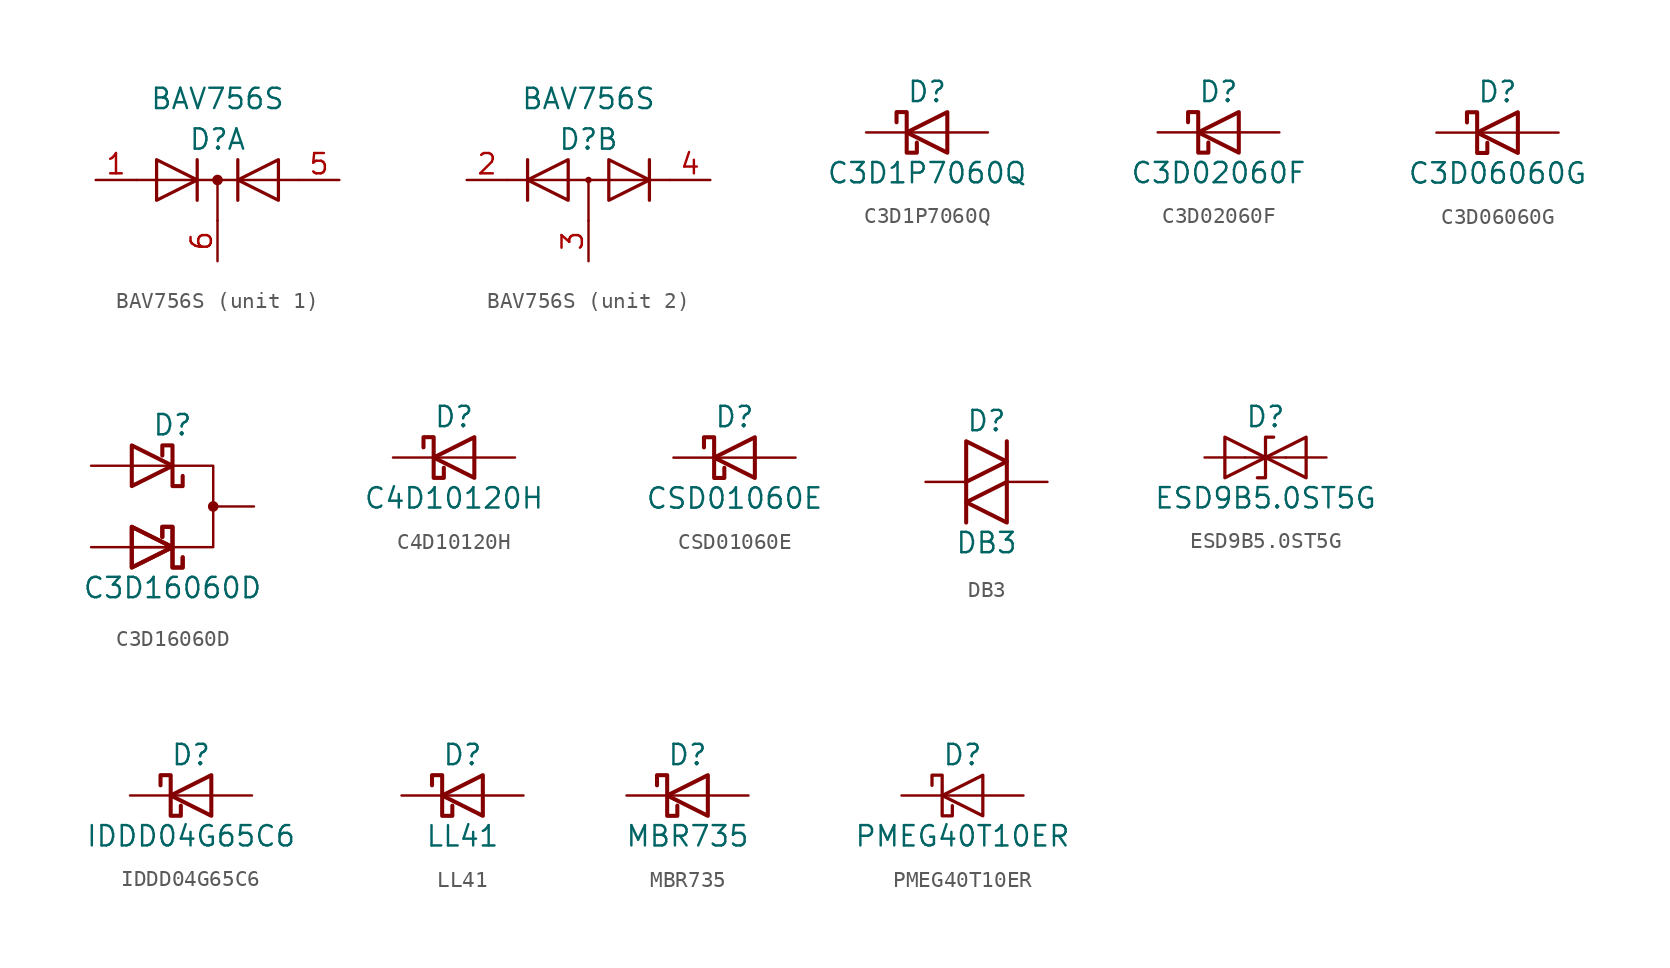
<source format=kicad_sym>
(kicad_symbol_lib
  (version 20241209)
  (generator "kicad_symbol_editor")
  (generator_version "9.0")
  (symbol "BAV756S"
    (pin_names
      (offset 0.025) hide)
    (property "Reference" "D"
      (at 0 2.54 0)
      (effects (font (size 1.27 1.27))))
    (property "Value" "BAV756S"
      (at 0 5.08 0)
      (effects (font (size 1.27 1.27))))
    (property "ki_locked" ""
      (at 0 0 0)
      (effects (font (size 1.27 1.27))))
    (symbol "BAV756S_1_1"
      (polyline (pts (xy -5.08 0) (xy 5.08 0)) (stroke (width 0) (type default)) (fill (type none)))
      (polyline (pts (xy -3.81 1.27) (xy -1.27 0) (xy -3.81 -1.27) (xy -3.81 1.27) (xy -3.81 1.27) (xy -3.81 1.27)) (stroke (width 0.203) (type default)) (fill (type none)))
      (polyline (pts (xy -1.27 -1.27) (xy -1.27 1.27) (xy -1.27 1.27)) (stroke (width 0.203) (type default)) (fill (type none)))
      (polyline (pts (xy 0 0) (xy 0 -2.54)) (stroke (width 0) (type default)) (fill (type none)))
      (circle (center 0 0) (radius 0.254) (stroke (width 0) (type default)) (fill (type outline)))
      (polyline (pts (xy 1.27 -1.27) (xy 1.27 1.27) (xy 1.27 1.27)) (stroke (width 0.203) (type default)) (fill (type none)))
      (polyline (pts (xy 3.81 -1.27) (xy 1.27 0) (xy 3.81 1.27) (xy 3.81 -1.27) (xy 3.81 -1.27) (xy 3.81 -1.27)) (stroke (width 0.203) (type default)) (fill (type none)))
      (pin passive line (at -7.62 0 0) (length 2.54) (name "A1" (effects (font (size 1.27 1.27)))) (number "1" (effects (font (size 1.27 1.27)))))
      (pin passive line (at 0 -5.08 90) (length 2.54) (name "CK" (effects (font (size 1.27 1.27)))) (number "6" (effects (font (size 1.27 1.27)))))
      (pin passive line (at 7.62 0 180) (length 2.54) (name "A4" (effects (font (size 1.27 1.27)))) (number "5" (effects (font (size 1.27 1.27))))))
    (symbol "BAV756S_2_1"
      (polyline (pts (xy -5.08 0) (xy 5.08 0)) (stroke (width 0) (type default)) (fill (type none)))
      (polyline (pts (xy -3.81 1.27) (xy -3.81 -1.27) (xy -3.81 -1.27)) (stroke (width 0.203) (type default)) (fill (type none)))
      (polyline (pts (xy -1.27 -1.27) (xy -3.81 0) (xy -1.27 1.27) (xy -1.27 -1.27) (xy -1.27 -1.27) (xy -1.27 -1.27)) (stroke (width 0.203) (type default)) (fill (type none)))
      (polyline (pts (xy 0 0) (xy 0 -2.54)) (stroke (width 0) (type default)) (fill (type none)))
      (circle (center 0 0) (radius 0.127) (stroke (width 0) (type default)) (fill (type none)))
      (polyline (pts (xy 1.27 1.27) (xy 3.81 0) (xy 1.27 -1.27) (xy 1.27 1.27) (xy 1.27 1.27) (xy 1.27 1.27)) (stroke (width 0.203) (type default)) (fill (type none)))
      (polyline (pts (xy 3.81 1.27) (xy 3.81 -1.27) (xy 3.81 -1.27)) (stroke (width 0.203) (type default)) (fill (type none)))
      (pin passive line (at -7.62 0 0) (length 2.54) (name "K2" (effects (font (size 1.27 1.27)))) (number "2" (effects (font (size 1.27 1.27)))))
      (pin passive line (at 0 -5.08 90) (length 2.54) (name "CA" (effects (font (size 1.27 1.27)))) (number "3" (effects (font (size 1.27 1.27)))))
      (pin passive line (at 7.62 0 180) (length 2.54) (name "K3" (effects (font (size 1.27 1.27)))) (number "4" (effects (font (size 1.27 1.27)))))))
  (symbol "C3D1P7060Q"
    (pin_numbers hide)
    (pin_names
      (offset 1.016) hide)
    (property "Reference" "D"
      (at 0 2.54 0)
      (effects (font (size 1.27 1.27))))
    (property "Value" "C3D1P7060Q"
      (at 0 -2.54 0)
      (effects (font (size 1.27 1.27))))
    (symbol "C3D1P7060Q_0_1"
      (polyline (pts (xy -1.905 0.635) (xy -1.905 1.27) (xy -1.27 1.27) (xy -1.27 -1.27) (xy -0.635 -1.27) (xy -0.635 -0.635)) (stroke (width 0.254) (type default)) (fill (type none)))
      (polyline (pts (xy 1.27 1.27) (xy 1.27 -1.27) (xy -1.27 0) (xy 1.27 1.27)) (stroke (width 0.254) (type default)) (fill (type none)))
      (polyline (pts (xy 1.27 0) (xy -1.27 0)) (stroke (width 0) (type default)) (fill (type none))))
    (symbol "C3D1P7060Q_1_1"
      (pin passive line (at -3.81 0 0) (length 2.54) (name "K" (effects (font (size 1.27 1.27)))) (number "1" (effects (font (size 1.27 1.27)))))
      (pin passive line (at 3.81 0 180) (length 2.54) (name "A" (effects (font (size 1.27 1.27)))) (number "2" (effects (font (size 1.27 1.27)))))))
  (symbol "C3D02060F"
    (pin_numbers hide)
    (pin_names
      (offset 1.016) hide)
    (property "Reference" "D"
      (at 0 2.54 0)
      (effects (font (size 1.27 1.27))))
    (property "Value" "C3D02060F"
      (at 0 -2.54 0)
      (effects (font (size 1.27 1.27))))
    (symbol "C3D02060F_0_1"
      (polyline (pts (xy -1.905 0.635) (xy -1.905 1.27) (xy -1.27 1.27) (xy -1.27 -1.27) (xy -0.635 -1.27) (xy -0.635 -0.635)) (stroke (width 0.254) (type default)) (fill (type none)))
      (polyline (pts (xy 1.27 1.27) (xy 1.27 -1.27) (xy -1.27 0) (xy 1.27 1.27)) (stroke (width 0.254) (type default)) (fill (type none)))
      (polyline (pts (xy 1.27 0) (xy -1.27 0)) (stroke (width 0) (type default)) (fill (type none))))
    (symbol "C3D02060F_1_1"
      (pin passive line (at -3.81 0 0) (length 2.54) (name "K" (effects (font (size 1.27 1.27)))) (number "1" (effects (font (size 1.27 1.27)))))
      (pin passive line (at 3.81 0 180) (length 2.54) (name "A" (effects (font (size 1.27 1.27)))) (number "2" (effects (font (size 1.27 1.27)))))))
  (symbol "C3D06060G"
    (pin_numbers hide)
    (pin_names
      (offset 1.016) hide)
    (property "Reference" "D"
      (at 0 2.54 0)
      (effects (font (size 1.27 1.27))))
    (property "Value" "C3D06060G"
      (at 0 -2.54 0)
      (effects (font (size 1.27 1.27))))
    (symbol "C3D06060G_0_1"
      (polyline (pts (xy -1.905 0.635) (xy -1.905 1.27) (xy -1.27 1.27) (xy -1.27 -1.27) (xy -0.635 -1.27) (xy -0.635 -0.635)) (stroke (width 0.254) (type default)) (fill (type none)))
      (polyline (pts (xy 1.27 1.27) (xy 1.27 -1.27) (xy -1.27 0) (xy 1.27 1.27)) (stroke (width 0.254) (type default)) (fill (type none)))
      (polyline (pts (xy 1.27 0) (xy -1.27 0)) (stroke (width 0) (type default)) (fill (type none))))
    (symbol "C3D06060G_1_1"
      (pin passive line (at -3.81 0 0) (length 2.54) (name "K" (effects (font (size 1.27 1.27)))) (number "1" (effects (font (size 1.27 1.27)))))
      (pin passive line (at 3.81 0 180) (length 2.54) (name "A" (effects (font (size 1.27 1.27)))) (number "2" (effects (font (size 1.27 1.27)))))))
  (symbol "C3D16060D"
    (pin_numbers hide)
    (pin_names
      (offset 1.016) hide)
    (property "Reference" "D"
      (at 0 5.08 0)
      (effects (font (size 1.27 1.27))))
    (property "Value" "C3D16060D"
      (at 0 -5.08 0)
      (effects (font (size 1.27 1.27))))
    (symbol "C3D16060D_0_1"
      (polyline (pts (xy -2.54 2.54) (xy 0 2.54)) (stroke (width 0) (type default)) (fill (type none)))
      (polyline (pts (xy -2.54 1.27) (xy -2.54 3.81) (xy 0 2.54) (xy -2.54 1.27)) (stroke (width 0.254) (type default)) (fill (type none)))
      (polyline (pts (xy -2.54 -2.54) (xy 0 -2.54)) (stroke (width 0) (type default)) (fill (type none)))
      (polyline (pts (xy -2.54 -2.54) (xy 0 -2.54)) (stroke (width 0) (type default)) (fill (type none)))
      (polyline (pts (xy -2.54 -3.81) (xy -2.54 -1.27) (xy 0 -2.54) (xy -2.54 -3.81)) (stroke (width 0.254) (type default)) (fill (type none)))
      (polyline (pts (xy -2.54 -3.81) (xy -2.54 -1.27) (xy 0 -2.54) (xy -2.54 -3.81)) (stroke (width 0.254) (type default)) (fill (type none)))
      (polyline (pts (xy 0 2.54) (xy 2.54 2.54) (xy 2.54 -2.54) (xy 0 -2.54)) (stroke (width 0) (type default)) (fill (type none)))
      (polyline (pts (xy 0.635 1.905) (xy 0.635 1.27) (xy 0 1.27) (xy 0 3.81) (xy -0.635 3.81) (xy -0.635 3.175)) (stroke (width 0.254) (type default)) (fill (type none)))
      (polyline (pts (xy 0.635 -3.175) (xy 0.635 -3.81) (xy 0 -3.81) (xy 0 -1.27) (xy -0.635 -1.27) (xy -0.635 -1.905)) (stroke (width 0.254) (type default)) (fill (type none)))
      (polyline (pts (xy 0.635 -3.175) (xy 0.635 -3.81) (xy 0 -3.81) (xy 0 -1.27) (xy -0.635 -1.27) (xy -0.635 -1.905)) (stroke (width 0.254) (type default)) (fill (type none)))
      (circle (center 2.54 0) (radius 0.254) (stroke (width 0) (type default)) (fill (type outline))))
    (symbol "C3D16060D_1_1"
      (pin passive line (at -5.08 2.54 0) (length 2.54) (name "A1" (effects (font (size 1.27 1.27)))) (number "1" (effects (font (size 1.27 1.27)))))
      (pin passive line (at -5.08 -2.54 0) (length 2.54) (name "A2" (effects (font (size 1.27 1.27)))) (number "3" (effects (font (size 1.27 1.27)))))
      (pin passive line (at 5.08 0 180) (length 2.54) (name "K" (effects (font (size 1.27 1.27)))) (number "2" (effects (font (size 1.27 1.27)))))))
  (symbol "C4D10120H"
    (pin_numbers hide)
    (pin_names
      (offset 1.016) hide)
    (property "Reference" "D"
      (at 0 2.54 0)
      (effects (font (size 1.27 1.27))))
    (property "Value" "C4D10120H"
      (at 0 -2.54 0)
      (effects (font (size 1.27 1.27))))
    (symbol "C4D10120H_0_1"
      (polyline (pts (xy -1.905 0.635) (xy -1.905 1.27) (xy -1.27 1.27) (xy -1.27 -1.27) (xy -0.635 -1.27) (xy -0.635 -0.635)) (stroke (width 0.254) (type default)) (fill (type none)))
      (polyline (pts (xy 1.27 1.27) (xy 1.27 -1.27) (xy -1.27 0) (xy 1.27 1.27)) (stroke (width 0.254) (type default)) (fill (type none)))
      (polyline (pts (xy 1.27 0) (xy -1.27 0)) (stroke (width 0) (type default)) (fill (type none))))
    (symbol "C4D10120H_1_1"
      (pin passive line (at -3.81 0 0) (length 2.54) (name "K" (effects (font (size 1.27 1.27)))) (number "1" (effects (font (size 1.27 1.27)))))
      (pin passive line (at 3.81 0 180) (length 2.54) (name "A" (effects (font (size 1.27 1.27)))) (number "2" (effects (font (size 1.27 1.27)))))))
  (symbol "CSD01060E"
    (pin_numbers hide)
    (pin_names
      (offset 1.016) hide)
    (property "Reference" "D"
      (at 0 2.54 0)
      (effects (font (size 1.27 1.27))))
    (property "Value" "CSD01060E"
      (at 0 -2.54 0)
      (effects (font (size 1.27 1.27))))
    (symbol "CSD01060E_0_1"
      (polyline (pts (xy -1.905 0.635) (xy -1.905 1.27) (xy -1.27 1.27) (xy -1.27 -1.27) (xy -0.635 -1.27) (xy -0.635 -0.635)) (stroke (width 0.254) (type default)) (fill (type none)))
      (polyline (pts (xy 1.27 1.27) (xy 1.27 -1.27) (xy -1.27 0) (xy 1.27 1.27)) (stroke (width 0.254) (type default)) (fill (type none)))
      (polyline (pts (xy 1.27 0) (xy -1.27 0)) (stroke (width 0) (type default)) (fill (type none))))
    (symbol "CSD01060E_1_1"
      (pin passive line (at -3.81 0 0) (length 2.54) (name "K" (effects (font (size 1.27 1.27)))) (number "1" (effects (font (size 1.27 1.27)))))
      (pin passive line (at 3.81 0 180) (length 2.54) (name "A" (effects (font (size 1.27 1.27)))) (number "2" (effects (font (size 1.27 1.27)))))))
  (symbol "DB3"
    (pin_numbers hide)
    (pin_names
      (offset 1.016) hide)
    (property "Reference" "D"
      (at 0 3.81 0)
      (effects (font (size 1.27 1.27))))
    (property "Value" "DB3"
      (at 0 -3.81 0)
      (effects (font (size 1.27 1.27))))
    (symbol "DB3_0_1"
      (polyline (pts (xy -1.27 2.54) (xy -1.27 0) (xy 1.27 1.27) (xy -1.27 2.54)) (stroke (width 0.254) (type default)) (fill (type none)))
      (polyline (pts (xy -1.27 0) (xy -1.27 -2.54)) (stroke (width 0.254) (type default)) (fill (type none)))
      (polyline (pts (xy 1.27 2.54) (xy 1.27 0)) (stroke (width 0.254) (type default)) (fill (type none)))
      (polyline (pts (xy 1.27 0) (xy 1.27 -2.54) (xy -1.27 -1.27) (xy 1.27 0)) (stroke (width 0.254) (type default)) (fill (type none))))
    (symbol "DB3_1_1"
      (pin passive line (at -3.81 0 0) (length 2.54) (name "K" (effects (font (size 1.27 1.27)))) (number "1" (effects (font (size 1.27 1.27)))))
      (pin passive line (at 3.81 0 180) (length 2.54) (name "A" (effects (font (size 1.27 1.27)))) (number "2" (effects (font (size 1.27 1.27)))))))
  (symbol "ESD9B5.0ST5G"
    (pin_numbers hide)
    (pin_names
      (offset 1.016) hide)
    (property "Reference" "D"
      (at 0 2.54 0)
      (effects (font (size 1.27 1.27))))
    (property "Value" "ESD9B5.0ST5G"
      (at 0 -2.54 0)
      (effects (font (size 1.27 1.27))))
    (symbol "ESD9B5.0ST5G_0_1"
      (polyline (pts (xy -2.54 -1.27) (xy 0 0) (xy -2.54 1.27) (xy -2.54 -1.27)) (stroke (width 0.203) (type default)) (fill (type none)))
      (polyline (pts (xy 0.508 1.27) (xy 0 1.27) (xy 0 -1.27) (xy -0.508 -1.27)) (stroke (width 0.203) (type default)) (fill (type none)))
      (polyline (pts (xy 1.27 0) (xy -1.27 0)) (stroke (width 0) (type default)) (fill (type none)))
      (polyline (pts (xy 2.54 1.27) (xy 2.54 -1.27) (xy 0 0) (xy 2.54 1.27)) (stroke (width 0.203) (type default)) (fill (type none))))
    (symbol "ESD9B5.0ST5G_1_1"
      (pin passive line (at -3.81 0 0) (length 2.54) (name "A1" (effects (font (size 1.27 1.27)))) (number "1" (effects (font (size 1.27 1.27)))))
      (pin passive line (at 3.81 0 180) (length 2.54) (name "A2" (effects (font (size 1.27 1.27)))) (number "2" (effects (font (size 1.27 1.27)))))))
  (symbol "IDDD04G65C6"
    (pin_numbers hide)
    (pin_names
      (offset 1.016) hide)
    (property "Reference" "D"
      (at 0 2.54 0)
      (effects (font (size 1.27 1.27))))
    (property "Value" "IDDD04G65C6"
      (at 0 -2.54 0)
      (effects (font (size 1.27 1.27))))
    (symbol "IDDD04G65C6_0_1"
      (polyline (pts (xy -1.905 0.635) (xy -1.905 1.27) (xy -1.27 1.27) (xy -1.27 -1.27) (xy -0.635 -1.27) (xy -0.635 -0.635)) (stroke (width 0.254) (type default)) (fill (type none)))
      (polyline (pts (xy 1.27 1.27) (xy 1.27 -1.27) (xy -1.27 0) (xy 1.27 1.27)) (stroke (width 0.254) (type default)) (fill (type none)))
      (polyline (pts (xy 1.27 0) (xy -1.27 0)) (stroke (width 0) (type default)) (fill (type none))))
    (symbol "IDDD04G65C6_1_1"
      (pin passive line (at -3.81 0 0) (length 2.54) hide (name "K" (effects (font (size 1.27 1.27)))) (number "10" (effects (font (size 1.27 1.27)))))
      (pin passive line (at -3.81 0 0) (length 2.54) (name "K" (effects (font (size 1.27 1.27)))) (number "6" (effects (font (size 1.27 1.27)))))
      (pin passive line (at -3.81 0 0) (length 2.54) hide (name "K" (effects (font (size 1.27 1.27)))) (number "7" (effects (font (size 1.27 1.27)))))
      (pin passive line (at -3.81 0 0) (length 2.54) hide (name "K" (effects (font (size 1.27 1.27)))) (number "8" (effects (font (size 1.27 1.27)))))
      (pin passive line (at -3.81 0 0) (length 2.54) hide (name "K" (effects (font (size 1.27 1.27)))) (number "9" (effects (font (size 1.27 1.27)))))
      (pin no_connect line (at 1.27 1.27 180) (length 2.54) hide (name "NC" (effects (font (size 1.27 1.27)))) (number "2" (effects (font (size 1.27 1.27)))))
      (pin no_connect line (at 1.27 -1.27 180) (length 2.54) hide (name "NC" (effects (font (size 1.27 1.27)))) (number "1" (effects (font (size 1.27 1.27)))))
      (pin passive line (at 3.81 0 180) (length 2.54) (name "A" (effects (font (size 1.27 1.27)))) (number "3" (effects (font (size 1.27 1.27)))))
      (pin passive line (at 3.81 0 180) (length 2.54) hide (name "A" (effects (font (size 1.27 1.27)))) (number "4" (effects (font (size 1.27 1.27)))))
      (pin passive line (at 3.81 0 180) (length 2.54) hide (name "A" (effects (font (size 1.27 1.27)))) (number "5" (effects (font (size 1.27 1.27)))))))
  (symbol "LL41"
    (pin_numbers hide)
    (pin_names
      (offset 1.016) hide)
    (property "Reference" "D"
      (at 0 2.54 0)
      (effects (font (size 1.27 1.27))))
    (property "Value" "LL41"
      (at 0 -2.54 0)
      (effects (font (size 1.27 1.27))))
    (symbol "LL41_0_1"
      (polyline (pts (xy -1.905 0.635) (xy -1.905 1.27) (xy -1.27 1.27) (xy -1.27 -1.27) (xy -0.635 -1.27) (xy -0.635 -0.635)) (stroke (width 0.254) (type default)) (fill (type none)))
      (polyline (pts (xy 1.27 1.27) (xy 1.27 -1.27) (xy -1.27 0) (xy 1.27 1.27)) (stroke (width 0.254) (type default)) (fill (type none)))
      (polyline (pts (xy 1.27 0) (xy -1.27 0)) (stroke (width 0) (type default)) (fill (type none))))
    (symbol "LL41_1_1"
      (pin passive line (at -3.81 0 0) (length 2.54) (name "K" (effects (font (size 1.27 1.27)))) (number "1" (effects (font (size 1.27 1.27)))))
      (pin passive line (at 3.81 0 180) (length 2.54) (name "A" (effects (font (size 1.27 1.27)))) (number "2" (effects (font (size 1.27 1.27)))))))
  (symbol "MBR735"
    (pin_numbers hide)
    (pin_names
      (offset 1.016) hide)
    (property "Reference" "D"
      (at 0 2.54 0)
      (effects (font (size 1.27 1.27))))
    (property "Value" "MBR735"
      (at 0 -2.54 0)
      (effects (font (size 1.27 1.27))))
    (symbol "MBR735_0_1"
      (polyline (pts (xy -1.905 0.635) (xy -1.905 1.27) (xy -1.27 1.27) (xy -1.27 -1.27) (xy -0.635 -1.27) (xy -0.635 -0.635)) (stroke (width 0.254) (type default)) (fill (type none)))
      (polyline (pts (xy 1.27 1.27) (xy 1.27 -1.27) (xy -1.27 0) (xy 1.27 1.27)) (stroke (width 0.254) (type default)) (fill (type none)))
      (polyline (pts (xy 1.27 0) (xy -1.27 0)) (stroke (width 0) (type default)) (fill (type none))))
    (symbol "MBR735_1_1"
      (pin passive line (at -3.81 0 0) (length 2.54) (name "K" (effects (font (size 1.27 1.27)))) (number "1" (effects (font (size 1.27 1.27)))))
      (pin passive line (at 3.81 0 180) (length 2.54) (name "A" (effects (font (size 1.27 1.27)))) (number "2" (effects (font (size 1.27 1.27)))))))
  (symbol "PMEG40T10ER"
    (pin_numbers hide)
    (pin_names hide)
    (property "Reference" "D"
      (at 0 2.54 0)
      (effects (font (size 1.27 1.27))))
    (property "Value" "PMEG40T10ER"
      (at 0 -2.54 0)
      (effects (font (size 1.27 1.27))))
    (symbol "PMEG40T10ER_0_1"
      (polyline (pts (xy -1.905 0.635) (xy -1.905 1.27) (xy -1.27 1.27) (xy -1.27 -1.27) (xy -0.635 -1.27) (xy -0.635 -0.635)) (stroke (width 0.203) (type default)) (fill (type none)))
      (polyline (pts (xy 1.27 1.27) (xy 1.27 -1.27) (xy -1.27 0) (xy 1.27 1.27)) (stroke (width 0.203) (type default)) (fill (type none)))
      (polyline (pts (xy 1.27 0) (xy -1.27 0)) (stroke (width 0) (type default)) (fill (type none))))
    (symbol "PMEG40T10ER_1_1"
      (pin passive line (at -3.81 0 0) (length 2.54) (name "K" (effects (font (size 1.27 1.27)))) (number "1" (effects (font (size 1.27 1.27)))))
      (pin passive line (at 3.81 0 180) (length 2.54) (name "A" (effects (font (size 1.27 1.27)))) (number "2" (effects (font (size 1.27 1.27))))))))
</source>
